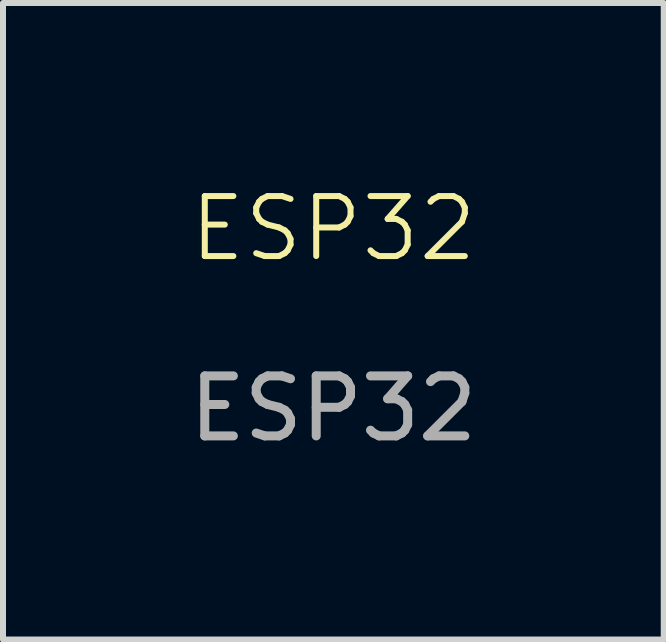
<source format=kicad_pcb>
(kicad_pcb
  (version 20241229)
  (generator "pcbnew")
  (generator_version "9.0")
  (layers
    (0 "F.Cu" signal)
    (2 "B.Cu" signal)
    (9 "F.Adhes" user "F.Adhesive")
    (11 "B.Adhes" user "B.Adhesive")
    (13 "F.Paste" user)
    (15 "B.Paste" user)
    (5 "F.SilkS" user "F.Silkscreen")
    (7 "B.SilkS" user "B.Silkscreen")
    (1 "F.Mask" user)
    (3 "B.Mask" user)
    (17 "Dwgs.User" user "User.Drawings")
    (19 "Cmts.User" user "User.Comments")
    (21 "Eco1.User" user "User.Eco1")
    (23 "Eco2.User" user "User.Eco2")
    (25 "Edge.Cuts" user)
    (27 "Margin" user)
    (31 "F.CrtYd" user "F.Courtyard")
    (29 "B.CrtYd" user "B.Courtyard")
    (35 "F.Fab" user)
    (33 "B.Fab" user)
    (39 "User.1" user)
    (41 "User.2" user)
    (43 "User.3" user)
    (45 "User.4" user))
  (footprint "ESP32"
    (layer "F.Cu")
    (at 2.506 1.26)
    (property "Reference" "ESP32" (at 0 -0.5 0) (unlocked yes) (layer "F.SilkS") (effects (font (size 1 1) (thickness 0.1))))
    (attr through_hole)
    (fp_text user "${REFERENCE}" (at 0 2.5 0) (unlocked yes) (layer "F.Fab") (effects (font (size 1 1) (thickness 0.15)))))
  (gr_rect
    (start -3 -3)
    (end 8.012 7.609)
    (stroke (width 0.1) (type default))
    (fill no)
    (layer "Edge.Cuts")))
</source>
